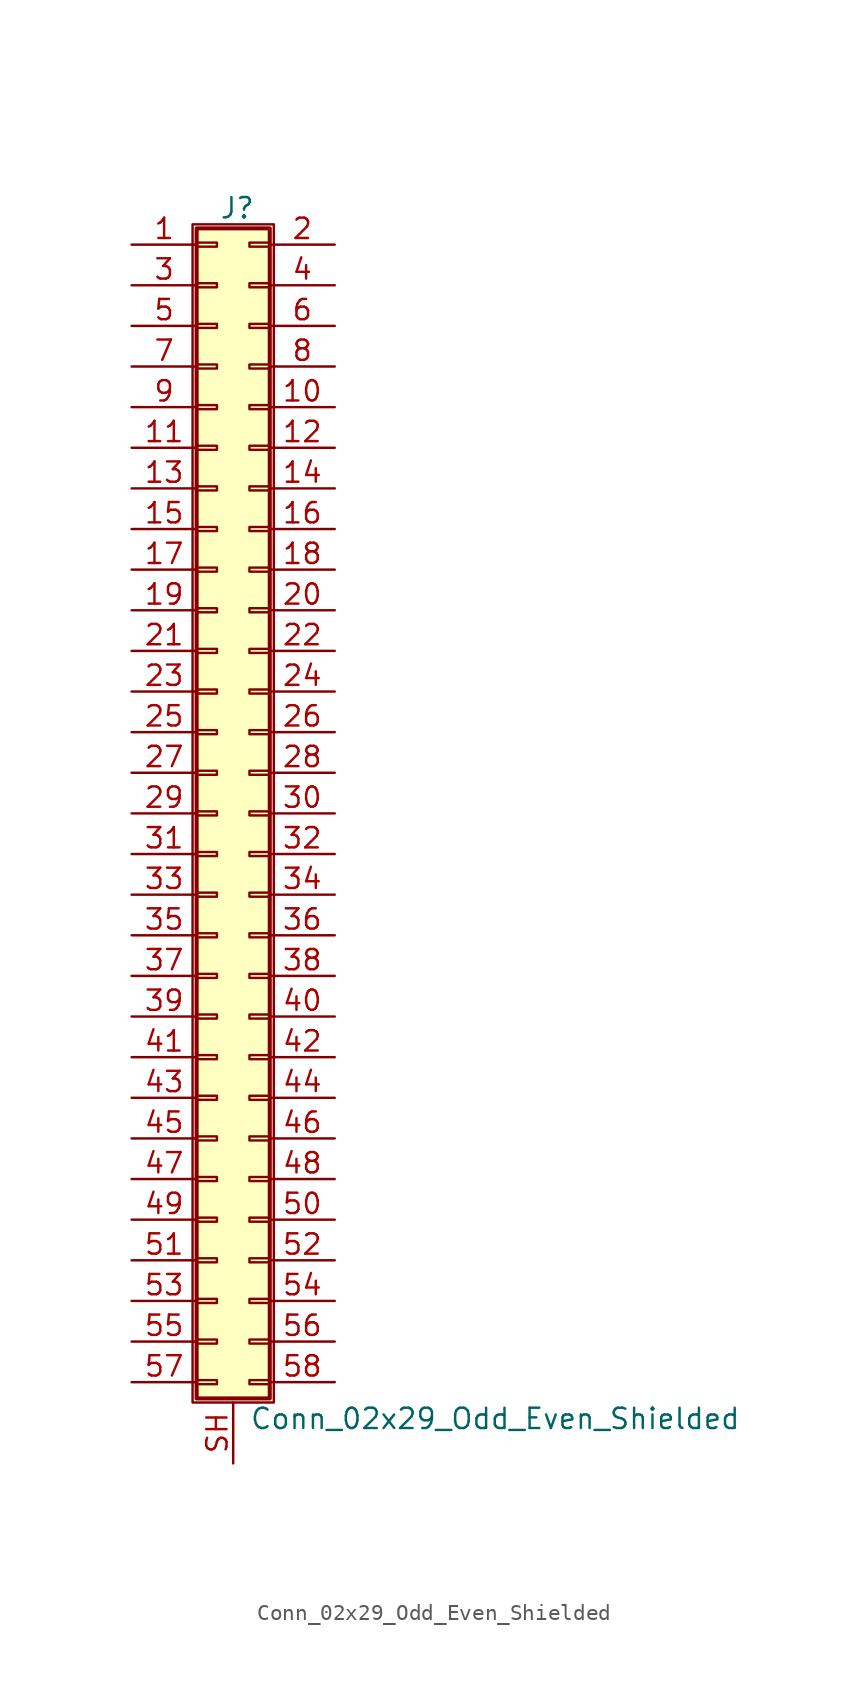
<source format=kicad_sym>
(kicad_symbol_lib
  (version 20220914)
  (generator kicad_symbol_editor)
  (symbol "Conn_02x29_Odd_Even_Shielded"
    (pin_names
      (offset 1.016) hide)
    (property "Reference" "J"
      (at 1.524 37.846 0)
      (effects (font (size 1.27 1.27))))
    (property "Value" "Conn_02x29_Odd_Even_Shielded"
      (at 2.286 -37.846 0)
      (effects (font (size 1.27 1.27)) (justify left)))
    (symbol "Conn_02x29_Odd_Even_Shielded_1_1"
      (rectangle (start -1.27 36.83) (end 3.81 -36.83) (stroke (width 0.152) (type default)) (fill (type none)))
      (rectangle (start -1.016 -35.433) (end 0.254 -35.687) (stroke (width 0.152) (type default)) (fill (type none)))
      (rectangle (start -1.016 -32.893) (end 0.254 -33.147) (stroke (width 0.152) (type default)) (fill (type none)))
      (rectangle (start -1.016 -30.353) (end 0.254 -30.607) (stroke (width 0.152) (type default)) (fill (type none)))
      (rectangle (start -1.016 -27.813) (end 0.254 -28.067) (stroke (width 0.152) (type default)) (fill (type none)))
      (rectangle (start -1.016 -25.273) (end 0.254 -25.527) (stroke (width 0.152) (type default)) (fill (type none)))
      (rectangle (start -1.016 -22.733) (end 0.254 -22.987) (stroke (width 0.152) (type default)) (fill (type none)))
      (rectangle (start -1.016 -20.193) (end 0.254 -20.447) (stroke (width 0.152) (type default)) (fill (type none)))
      (rectangle (start -1.016 -17.653) (end 0.254 -17.907) (stroke (width 0.152) (type default)) (fill (type none)))
      (rectangle (start -1.016 -15.113) (end 0.254 -15.367) (stroke (width 0.152) (type default)) (fill (type none)))
      (rectangle (start -1.016 -12.573) (end 0.254 -12.827) (stroke (width 0.152) (type default)) (fill (type none)))
      (rectangle (start -1.016 -10.033) (end 0.254 -10.287) (stroke (width 0.152) (type default)) (fill (type none)))
      (rectangle (start -1.016 -7.493) (end 0.254 -7.747) (stroke (width 0.152) (type default)) (fill (type none)))
      (rectangle (start -1.016 -4.953) (end 0.254 -5.207) (stroke (width 0.152) (type default)) (fill (type none)))
      (rectangle (start -1.016 -2.413) (end 0.254 -2.667) (stroke (width 0.152) (type default)) (fill (type none)))
      (rectangle (start -1.016 0.127) (end 0.254 -0.127) (stroke (width 0.152) (type default)) (fill (type none)))
      (rectangle (start -1.016 2.667) (end 0.254 2.413) (stroke (width 0.152) (type default)) (fill (type none)))
      (rectangle (start -1.016 5.207) (end 0.254 4.953) (stroke (width 0.152) (type default)) (fill (type none)))
      (rectangle (start -1.016 7.747) (end 0.254 7.493) (stroke (width 0.152) (type default)) (fill (type none)))
      (rectangle (start -1.016 10.287) (end 0.254 10.033) (stroke (width 0.152) (type default)) (fill (type none)))
      (rectangle (start -1.016 12.827) (end 0.254 12.573) (stroke (width 0.152) (type default)) (fill (type none)))
      (rectangle (start -1.016 15.367) (end 0.254 15.113) (stroke (width 0.152) (type default)) (fill (type none)))
      (rectangle (start -1.016 17.907) (end 0.254 17.653) (stroke (width 0.152) (type default)) (fill (type none)))
      (rectangle (start -1.016 20.447) (end 0.254 20.193) (stroke (width 0.152) (type default)) (fill (type none)))
      (rectangle (start -1.016 22.987) (end 0.254 22.733) (stroke (width 0.152) (type default)) (fill (type none)))
      (rectangle (start -1.016 25.527) (end 0.254 25.273) (stroke (width 0.152) (type default)) (fill (type none)))
      (rectangle (start -1.016 28.067) (end 0.254 27.813) (stroke (width 0.152) (type default)) (fill (type none)))
      (rectangle (start -1.016 30.607) (end 0.254 30.353) (stroke (width 0.152) (type default)) (fill (type none)))
      (rectangle (start -1.016 33.147) (end 0.254 32.893) (stroke (width 0.152) (type default)) (fill (type none)))
      (rectangle (start -1.016 35.687) (end 0.254 35.433) (stroke (width 0.152) (type default)) (fill (type none)))
      (rectangle (start -1.016 36.576) (end 3.556 -36.576) (stroke (width 0.254) (type default)) (fill (type background)))
      (rectangle (start 3.556 -35.433) (end 2.286 -35.687) (stroke (width 0.152) (type default)) (fill (type none)))
      (rectangle (start 3.556 -32.893) (end 2.286 -33.147) (stroke (width 0.152) (type default)) (fill (type none)))
      (rectangle (start 3.556 -30.353) (end 2.286 -30.607) (stroke (width 0.152) (type default)) (fill (type none)))
      (rectangle (start 3.556 -27.813) (end 2.286 -28.067) (stroke (width 0.152) (type default)) (fill (type none)))
      (rectangle (start 3.556 -25.273) (end 2.286 -25.527) (stroke (width 0.152) (type default)) (fill (type none)))
      (rectangle (start 3.556 -22.733) (end 2.286 -22.987) (stroke (width 0.152) (type default)) (fill (type none)))
      (rectangle (start 3.556 -20.193) (end 2.286 -20.447) (stroke (width 0.152) (type default)) (fill (type none)))
      (rectangle (start 3.556 -17.653) (end 2.286 -17.907) (stroke (width 0.152) (type default)) (fill (type none)))
      (rectangle (start 3.556 -15.113) (end 2.286 -15.367) (stroke (width 0.152) (type default)) (fill (type none)))
      (rectangle (start 3.556 -12.573) (end 2.286 -12.827) (stroke (width 0.152) (type default)) (fill (type none)))
      (rectangle (start 3.556 -10.033) (end 2.286 -10.287) (stroke (width 0.152) (type default)) (fill (type none)))
      (rectangle (start 3.556 -7.493) (end 2.286 -7.747) (stroke (width 0.152) (type default)) (fill (type none)))
      (rectangle (start 3.556 -4.953) (end 2.286 -5.207) (stroke (width 0.152) (type default)) (fill (type none)))
      (rectangle (start 3.556 -2.413) (end 2.286 -2.667) (stroke (width 0.152) (type default)) (fill (type none)))
      (rectangle (start 3.556 0.127) (end 2.286 -0.127) (stroke (width 0.152) (type default)) (fill (type none)))
      (rectangle (start 3.556 2.667) (end 2.286 2.413) (stroke (width 0.152) (type default)) (fill (type none)))
      (rectangle (start 3.556 5.207) (end 2.286 4.953) (stroke (width 0.152) (type default)) (fill (type none)))
      (rectangle (start 3.556 7.747) (end 2.286 7.493) (stroke (width 0.152) (type default)) (fill (type none)))
      (rectangle (start 3.556 10.287) (end 2.286 10.033) (stroke (width 0.152) (type default)) (fill (type none)))
      (rectangle (start 3.556 12.827) (end 2.286 12.573) (stroke (width 0.152) (type default)) (fill (type none)))
      (rectangle (start 3.556 15.367) (end 2.286 15.113) (stroke (width 0.152) (type default)) (fill (type none)))
      (rectangle (start 3.556 17.907) (end 2.286 17.653) (stroke (width 0.152) (type default)) (fill (type none)))
      (rectangle (start 3.556 20.447) (end 2.286 20.193) (stroke (width 0.152) (type default)) (fill (type none)))
      (rectangle (start 3.556 22.987) (end 2.286 22.733) (stroke (width 0.152) (type default)) (fill (type none)))
      (rectangle (start 3.556 25.527) (end 2.286 25.273) (stroke (width 0.152) (type default)) (fill (type none)))
      (rectangle (start 3.556 28.067) (end 2.286 27.813) (stroke (width 0.152) (type default)) (fill (type none)))
      (rectangle (start 3.556 30.607) (end 2.286 30.353) (stroke (width 0.152) (type default)) (fill (type none)))
      (rectangle (start 3.556 33.147) (end 2.286 32.893) (stroke (width 0.152) (type default)) (fill (type none)))
      (rectangle (start 3.556 35.687) (end 2.286 35.433) (stroke (width 0.152) (type default)) (fill (type none)))
      (pin passive line (at -5.08 35.56 0) (length 4.064) (name "Pin_1" (effects (font (size 1.27 1.27)))) (number "1" (effects (font (size 1.27 1.27)))))
      (pin passive line (at 7.62 25.4 180) (length 4.064) (name "Pin_10" (effects (font (size 1.27 1.27)))) (number "10" (effects (font (size 1.27 1.27)))))
      (pin passive line (at -5.08 22.86 0) (length 4.064) (name "Pin_11" (effects (font (size 1.27 1.27)))) (number "11" (effects (font (size 1.27 1.27)))))
      (pin passive line (at 7.62 22.86 180) (length 4.064) (name "Pin_12" (effects (font (size 1.27 1.27)))) (number "12" (effects (font (size 1.27 1.27)))))
      (pin passive line (at -5.08 20.32 0) (length 4.064) (name "Pin_13" (effects (font (size 1.27 1.27)))) (number "13" (effects (font (size 1.27 1.27)))))
      (pin passive line (at 7.62 20.32 180) (length 4.064) (name "Pin_14" (effects (font (size 1.27 1.27)))) (number "14" (effects (font (size 1.27 1.27)))))
      (pin passive line (at -5.08 17.78 0) (length 4.064) (name "Pin_15" (effects (font (size 1.27 1.27)))) (number "15" (effects (font (size 1.27 1.27)))))
      (pin passive line (at 7.62 17.78 180) (length 4.064) (name "Pin_16" (effects (font (size 1.27 1.27)))) (number "16" (effects (font (size 1.27 1.27)))))
      (pin passive line (at -5.08 15.24 0) (length 4.064) (name "Pin_17" (effects (font (size 1.27 1.27)))) (number "17" (effects (font (size 1.27 1.27)))))
      (pin passive line (at 7.62 15.24 180) (length 4.064) (name "Pin_18" (effects (font (size 1.27 1.27)))) (number "18" (effects (font (size 1.27 1.27)))))
      (pin passive line (at -5.08 12.7 0) (length 4.064) (name "Pin_19" (effects (font (size 1.27 1.27)))) (number "19" (effects (font (size 1.27 1.27)))))
      (pin passive line (at 7.62 35.56 180) (length 4.064) (name "Pin_2" (effects (font (size 1.27 1.27)))) (number "2" (effects (font (size 1.27 1.27)))))
      (pin passive line (at 7.62 12.7 180) (length 4.064) (name "Pin_20" (effects (font (size 1.27 1.27)))) (number "20" (effects (font (size 1.27 1.27)))))
      (pin passive line (at -5.08 10.16 0) (length 4.064) (name "Pin_21" (effects (font (size 1.27 1.27)))) (number "21" (effects (font (size 1.27 1.27)))))
      (pin passive line (at 7.62 10.16 180) (length 4.064) (name "Pin_22" (effects (font (size 1.27 1.27)))) (number "22" (effects (font (size 1.27 1.27)))))
      (pin passive line (at -5.08 7.62 0) (length 4.064) (name "Pin_23" (effects (font (size 1.27 1.27)))) (number "23" (effects (font (size 1.27 1.27)))))
      (pin passive line (at 7.62 7.62 180) (length 4.064) (name "Pin_24" (effects (font (size 1.27 1.27)))) (number "24" (effects (font (size 1.27 1.27)))))
      (pin passive line (at -5.08 5.08 0) (length 4.064) (name "Pin_25" (effects (font (size 1.27 1.27)))) (number "25" (effects (font (size 1.27 1.27)))))
      (pin passive line (at 7.62 5.08 180) (length 4.064) (name "Pin_26" (effects (font (size 1.27 1.27)))) (number "26" (effects (font (size 1.27 1.27)))))
      (pin passive line (at -5.08 2.54 0) (length 4.064) (name "Pin_27" (effects (font (size 1.27 1.27)))) (number "27" (effects (font (size 1.27 1.27)))))
      (pin passive line (at 7.62 2.54 180) (length 4.064) (name "Pin_28" (effects (font (size 1.27 1.27)))) (number "28" (effects (font (size 1.27 1.27)))))
      (pin passive line (at -5.08 0 0) (length 4.064) (name "Pin_29" (effects (font (size 1.27 1.27)))) (number "29" (effects (font (size 1.27 1.27)))))
      (pin passive line (at -5.08 33.02 0) (length 4.064) (name "Pin_3" (effects (font (size 1.27 1.27)))) (number "3" (effects (font (size 1.27 1.27)))))
      (pin passive line (at 7.62 0 180) (length 4.064) (name "Pin_30" (effects (font (size 1.27 1.27)))) (number "30" (effects (font (size 1.27 1.27)))))
      (pin passive line (at -5.08 -2.54 0) (length 4.064) (name "Pin_31" (effects (font (size 1.27 1.27)))) (number "31" (effects (font (size 1.27 1.27)))))
      (pin passive line (at 7.62 -2.54 180) (length 4.064) (name "Pin_32" (effects (font (size 1.27 1.27)))) (number "32" (effects (font (size 1.27 1.27)))))
      (pin passive line (at -5.08 -5.08 0) (length 4.064) (name "Pin_33" (effects (font (size 1.27 1.27)))) (number "33" (effects (font (size 1.27 1.27)))))
      (pin passive line (at 7.62 -5.08 180) (length 4.064) (name "Pin_34" (effects (font (size 1.27 1.27)))) (number "34" (effects (font (size 1.27 1.27)))))
      (pin passive line (at -5.08 -7.62 0) (length 4.064) (name "Pin_35" (effects (font (size 1.27 1.27)))) (number "35" (effects (font (size 1.27 1.27)))))
      (pin passive line (at 7.62 -7.62 180) (length 4.064) (name "Pin_36" (effects (font (size 1.27 1.27)))) (number "36" (effects (font (size 1.27 1.27)))))
      (pin passive line (at -5.08 -10.16 0) (length 4.064) (name "Pin_37" (effects (font (size 1.27 1.27)))) (number "37" (effects (font (size 1.27 1.27)))))
      (pin passive line (at 7.62 -10.16 180) (length 4.064) (name "Pin_38" (effects (font (size 1.27 1.27)))) (number "38" (effects (font (size 1.27 1.27)))))
      (pin passive line (at -5.08 -12.7 0) (length 4.064) (name "Pin_39" (effects (font (size 1.27 1.27)))) (number "39" (effects (font (size 1.27 1.27)))))
      (pin passive line (at 7.62 33.02 180) (length 4.064) (name "Pin_4" (effects (font (size 1.27 1.27)))) (number "4" (effects (font (size 1.27 1.27)))))
      (pin passive line (at 7.62 -12.7 180) (length 4.064) (name "Pin_40" (effects (font (size 1.27 1.27)))) (number "40" (effects (font (size 1.27 1.27)))))
      (pin passive line (at -5.08 -15.24 0) (length 4.064) (name "Pin_41" (effects (font (size 1.27 1.27)))) (number "41" (effects (font (size 1.27 1.27)))))
      (pin passive line (at 7.62 -15.24 180) (length 4.064) (name "Pin_42" (effects (font (size 1.27 1.27)))) (number "42" (effects (font (size 1.27 1.27)))))
      (pin passive line (at -5.08 -17.78 0) (length 4.064) (name "Pin_43" (effects (font (size 1.27 1.27)))) (number "43" (effects (font (size 1.27 1.27)))))
      (pin passive line (at 7.62 -17.78 180) (length 4.064) (name "Pin_44" (effects (font (size 1.27 1.27)))) (number "44" (effects (font (size 1.27 1.27)))))
      (pin passive line (at -5.08 -20.32 0) (length 4.064) (name "Pin_45" (effects (font (size 1.27 1.27)))) (number "45" (effects (font (size 1.27 1.27)))))
      (pin passive line (at 7.62 -20.32 180) (length 4.064) (name "Pin_46" (effects (font (size 1.27 1.27)))) (number "46" (effects (font (size 1.27 1.27)))))
      (pin passive line (at -5.08 -22.86 0) (length 4.064) (name "Pin_47" (effects (font (size 1.27 1.27)))) (number "47" (effects (font (size 1.27 1.27)))))
      (pin passive line (at 7.62 -22.86 180) (length 4.064) (name "Pin_48" (effects (font (size 1.27 1.27)))) (number "48" (effects (font (size 1.27 1.27)))))
      (pin passive line (at -5.08 -25.4 0) (length 4.064) (name "Pin_49" (effects (font (size 1.27 1.27)))) (number "49" (effects (font (size 1.27 1.27)))))
      (pin passive line (at -5.08 30.48 0) (length 4.064) (name "Pin_5" (effects (font (size 1.27 1.27)))) (number "5" (effects (font (size 1.27 1.27)))))
      (pin passive line (at 7.62 -25.4 180) (length 4.064) (name "Pin_50" (effects (font (size 1.27 1.27)))) (number "50" (effects (font (size 1.27 1.27)))))
      (pin passive line (at -5.08 -27.94 0) (length 4.064) (name "Pin_51" (effects (font (size 1.27 1.27)))) (number "51" (effects (font (size 1.27 1.27)))))
      (pin passive line (at 7.62 -27.94 180) (length 4.064) (name "Pin_52" (effects (font (size 1.27 1.27)))) (number "52" (effects (font (size 1.27 1.27)))))
      (pin passive line (at -5.08 -30.48 0) (length 4.064) (name "Pin_53" (effects (font (size 1.27 1.27)))) (number "53" (effects (font (size 1.27 1.27)))))
      (pin passive line (at 7.62 -30.48 180) (length 4.064) (name "Pin_54" (effects (font (size 1.27 1.27)))) (number "54" (effects (font (size 1.27 1.27)))))
      (pin passive line (at -5.08 -33.02 0) (length 4.064) (name "Pin_55" (effects (font (size 1.27 1.27)))) (number "55" (effects (font (size 1.27 1.27)))))
      (pin passive line (at 7.62 -33.02 180) (length 4.064) (name "Pin_56" (effects (font (size 1.27 1.27)))) (number "56" (effects (font (size 1.27 1.27)))))
      (pin passive line (at -5.08 -35.56 0) (length 4.064) (name "Pin_57" (effects (font (size 1.27 1.27)))) (number "57" (effects (font (size 1.27 1.27)))))
      (pin passive line (at 7.62 -35.56 180) (length 4.064) (name "Pin_58" (effects (font (size 1.27 1.27)))) (number "58" (effects (font (size 1.27 1.27)))))
      (pin passive line (at 7.62 30.48 180) (length 4.064) (name "Pin_6" (effects (font (size 1.27 1.27)))) (number "6" (effects (font (size 1.27 1.27)))))
      (pin passive line (at -5.08 27.94 0) (length 4.064) (name "Pin_7" (effects (font (size 1.27 1.27)))) (number "7" (effects (font (size 1.27 1.27)))))
      (pin passive line (at 7.62 27.94 180) (length 4.064) (name "Pin_8" (effects (font (size 1.27 1.27)))) (number "8" (effects (font (size 1.27 1.27)))))
      (pin passive line (at -5.08 25.4 0) (length 4.064) (name "Pin_9" (effects (font (size 1.27 1.27)))) (number "9" (effects (font (size 1.27 1.27)))))
      (pin passive line (at 1.27 -40.64 90) (length 3.81) (name "Shield" (effects (font (size 1.27 1.27)))) (number "SH" (effects (font (size 1.27 1.27))))))))
</source>
